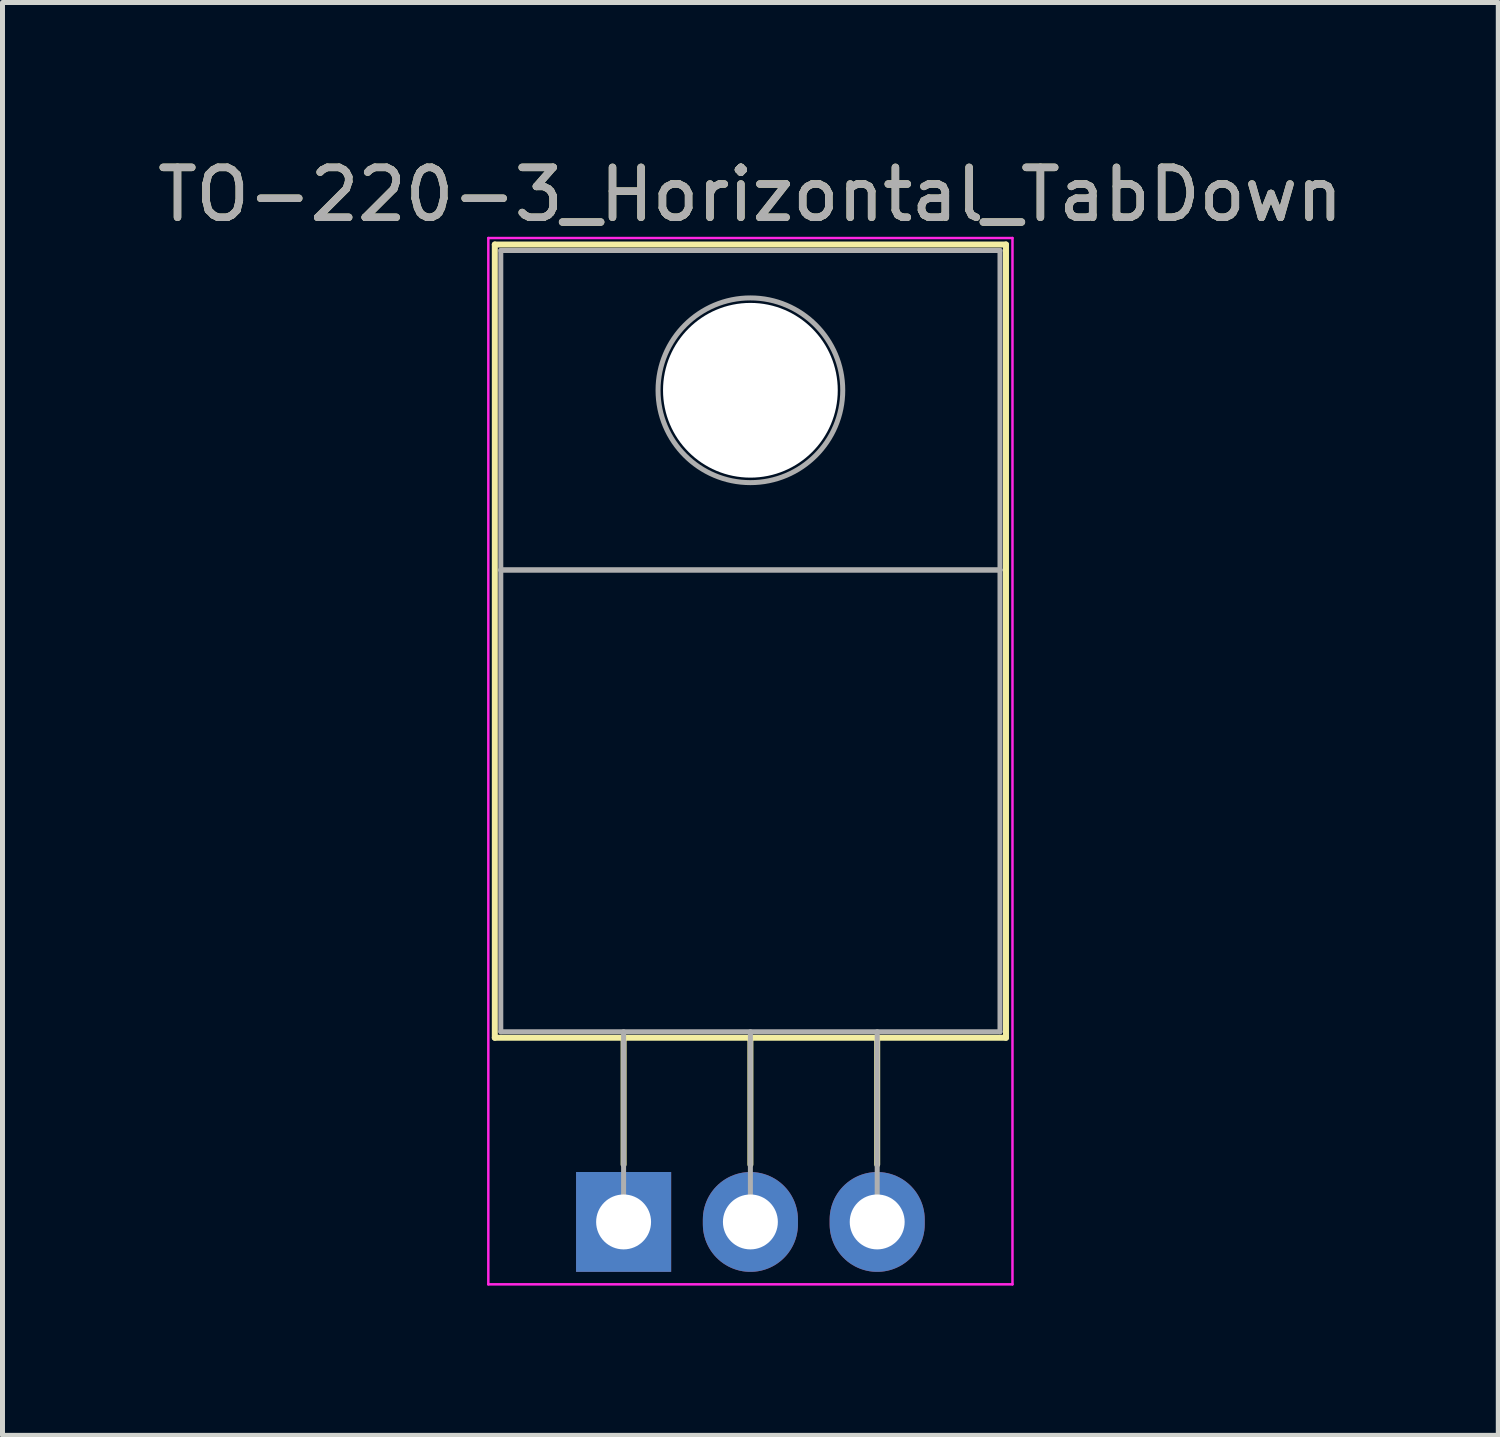
<source format=kicad_pcb>
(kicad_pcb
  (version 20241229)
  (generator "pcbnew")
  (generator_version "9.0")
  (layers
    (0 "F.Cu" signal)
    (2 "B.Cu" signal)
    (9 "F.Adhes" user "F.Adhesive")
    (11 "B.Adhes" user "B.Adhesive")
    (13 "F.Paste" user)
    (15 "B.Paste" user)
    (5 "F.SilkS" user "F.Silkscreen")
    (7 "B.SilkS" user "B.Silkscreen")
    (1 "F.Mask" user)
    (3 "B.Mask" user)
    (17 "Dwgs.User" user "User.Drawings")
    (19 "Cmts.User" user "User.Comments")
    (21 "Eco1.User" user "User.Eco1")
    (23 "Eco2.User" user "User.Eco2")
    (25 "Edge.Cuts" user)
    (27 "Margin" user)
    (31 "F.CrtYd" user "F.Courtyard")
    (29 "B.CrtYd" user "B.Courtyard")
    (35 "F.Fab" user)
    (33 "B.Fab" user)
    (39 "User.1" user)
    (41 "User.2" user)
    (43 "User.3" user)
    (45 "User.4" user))
  (footprint "TO-220-3_Horizontal_TabDown"
    (layer "F.Cu")
    (at 9.442 21.428)
    (property "Reference" "TO-220-3_Horizontal_TabDown" (at 2.54 -20.58 0) (layer "F.SilkS") (effects (font (size 1 1) (thickness 0.15))))
    (attr through_hole)
    (fp_line (start -2.58 -19.58) (end -2.58 -3.69) (stroke (width 0.12) (type solid)) (layer "F.SilkS"))
    (fp_line (start -2.58 -19.58) (end 7.66 -19.58) (stroke (width 0.12) (type solid)) (layer "F.SilkS"))
    (fp_line (start -2.58 -3.69) (end 7.66 -3.69) (stroke (width 0.12) (type solid)) (layer "F.SilkS"))
    (fp_line (start 0 -3.69) (end 0 -1.15) (stroke (width 0.12) (type solid)) (layer "F.SilkS"))
    (fp_line (start 2.54 -3.69) (end 2.54 -1.15) (stroke (width 0.12) (type solid)) (layer "F.SilkS"))
    (fp_line (start 5.08 -3.69) (end 5.08 -1.15) (stroke (width 0.12) (type solid)) (layer "F.SilkS"))
    (fp_line (start 7.66 -19.58) (end 7.66 -3.69) (stroke (width 0.12) (type solid)) (layer "F.SilkS"))
    (fp_line (start -2.71 -19.71) (end -2.71 1.25) (stroke (width 0.05) (type solid)) (layer "F.CrtYd"))
    (fp_line (start -2.71 1.25) (end 7.79 1.25) (stroke (width 0.05) (type solid)) (layer "F.CrtYd"))
    (fp_line (start 7.79 -19.71) (end -2.71 -19.71) (stroke (width 0.05) (type solid)) (layer "F.CrtYd"))
    (fp_line (start 7.79 1.25) (end 7.79 -19.71) (stroke (width 0.05) (type solid)) (layer "F.CrtYd"))
    (fp_line (start -2.46 -19.46) (end 7.54 -19.46) (stroke (width 0.1) (type solid)) (layer "F.Fab"))
    (fp_line (start -2.46 -13.06) (end -2.46 -19.46) (stroke (width 0.1) (type solid)) (layer "F.Fab"))
    (fp_line (start -2.46 -13.06) (end 7.54 -13.06) (stroke (width 0.1) (type solid)) (layer "F.Fab"))
    (fp_line (start -2.46 -3.81) (end -2.46 -13.06) (stroke (width 0.1) (type solid)) (layer "F.Fab"))
    (fp_line (start 0 -3.81) (end 0 0) (stroke (width 0.1) (type solid)) (layer "F.Fab"))
    (fp_line (start 2.54 -3.81) (end 2.54 0) (stroke (width 0.1) (type solid)) (layer "F.Fab"))
    (fp_line (start 5.08 -3.81) (end 5.08 0) (stroke (width 0.1) (type solid)) (layer "F.Fab"))
    (fp_line (start 7.54 -19.46) (end 7.54 -13.06) (stroke (width 0.1) (type solid)) (layer "F.Fab"))
    (fp_line (start 7.54 -13.06) (end -2.46 -13.06) (stroke (width 0.1) (type solid)) (layer "F.Fab"))
    (fp_line (start 7.54 -13.06) (end 7.54 -3.81) (stroke (width 0.1) (type solid)) (layer "F.Fab"))
    (fp_line (start 7.54 -3.81) (end -2.46 -3.81) (stroke (width 0.1) (type solid)) (layer "F.Fab"))
    (fp_circle (center 2.54 -16.66) (end 4.39 -16.66) (stroke (width 0.1) (type solid)) (fill no) (layer "F.Fab"))
    (fp_text user "${REFERENCE}" (at 2.54 -20.58 0) (layer "F.Fab") (effects (font (size 1 1) (thickness 0.15))))
    (pad "" np_thru_hole oval (at 2.54 -16.66) (size 3.5 3.5) (drill 3.5) (layers "*.Cu" "*.Mask"))
    (pad "1" thru_hole rect (at 0 0) (size 1.905 2) (drill 1.1) (layers "*.Cu" "*.Mask"))
    (pad "2" thru_hole oval (at 2.54 0) (size 1.905 2) (drill 1.1) (layers "*.Cu" "*.Mask"))
    (pad "3" thru_hole oval (at 5.08 0) (size 1.905 2) (drill 1.1) (layers "*.Cu" "*.Mask")))
  (gr_rect
    (start -3 -3)
    (end 26.964 25.703)
    (stroke (width 0.1) (type default))
    (fill no)
    (layer "Edge.Cuts")))
</source>
